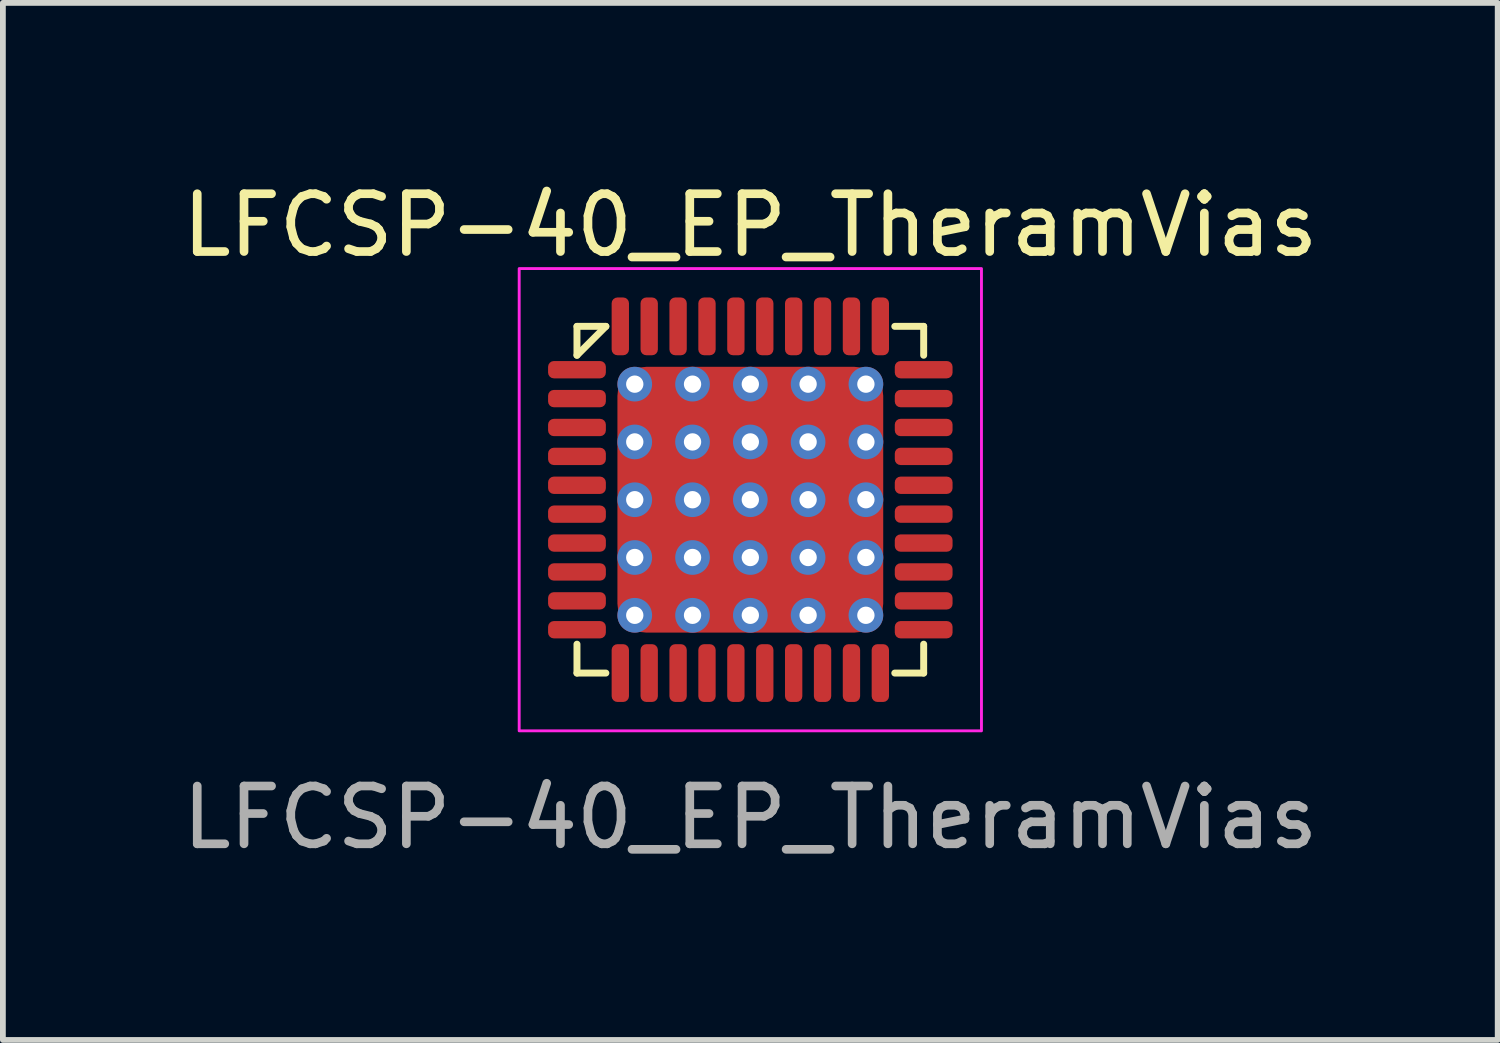
<source format=kicad_pcb>
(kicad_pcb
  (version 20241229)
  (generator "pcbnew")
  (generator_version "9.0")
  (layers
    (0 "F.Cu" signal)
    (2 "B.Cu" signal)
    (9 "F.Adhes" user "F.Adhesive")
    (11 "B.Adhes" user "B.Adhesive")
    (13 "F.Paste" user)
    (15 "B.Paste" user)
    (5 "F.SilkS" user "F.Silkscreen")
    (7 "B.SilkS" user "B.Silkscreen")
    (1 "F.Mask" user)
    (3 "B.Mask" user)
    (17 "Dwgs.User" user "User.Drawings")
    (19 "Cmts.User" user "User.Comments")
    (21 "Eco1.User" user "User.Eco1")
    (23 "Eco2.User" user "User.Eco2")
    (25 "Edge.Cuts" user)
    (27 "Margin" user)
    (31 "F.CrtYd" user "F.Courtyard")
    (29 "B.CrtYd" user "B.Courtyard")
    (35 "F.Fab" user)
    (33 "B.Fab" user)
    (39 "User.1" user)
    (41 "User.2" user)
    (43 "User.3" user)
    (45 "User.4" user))
  (footprint "LFCSP-40_EP_TheramVias"
    (layer "F.Cu")
    (at 9.935 5.598)
    (property "Reference" "LFCSP-40_EP_TheramVias" (at 0 -4.75 0) (unlocked yes) (layer "F.SilkS") (effects (font (size 1 1) (thickness 0.15))))
    (attr smd)
    (fp_line (start -3 -3) (end -2.5 -3) (stroke (width 0.12) (type solid)) (layer "F.SilkS"))
    (fp_line (start -3 -2.5) (end -3 -3) (stroke (width 0.12) (type solid)) (layer "F.SilkS"))
    (fp_line (start -3 2.5) (end -3 3) (stroke (width 0.12) (type solid)) (layer "F.SilkS"))
    (fp_line (start -3 3) (end -2.5 3) (stroke (width 0.12) (type solid)) (layer "F.SilkS"))
    (fp_line (start -2.5 -3) (end -3 -2.5) (stroke (width 0.12) (type solid)) (layer "F.SilkS"))
    (fp_line (start 2.5 -3) (end 3 -3) (stroke (width 0.12) (type solid)) (layer "F.SilkS"))
    (fp_line (start 2.5 3) (end 3 3) (stroke (width 0.12) (type solid)) (layer "F.SilkS"))
    (fp_line (start 3 -3) (end 3 -2.5) (stroke (width 0.12) (type solid)) (layer "F.SilkS"))
    (fp_line (start 3 3) (end 3 2.5) (stroke (width 0.12) (type solid)) (layer "F.SilkS"))
    (fp_rect (start -4 -4) (end 4 4) (stroke (width 0.05) (type solid)) (fill no) (layer "F.CrtYd"))
    (fp_text user "${REFERENCE}" (at 0 5.5 0) (unlocked yes) (layer "F.Fab") (effects (font (size 1 1) (thickness 0.15))))
    (pad "1" smd roundrect (at -3 -2.25) (size 1 0.3) (layers "F.Cu" "F.Mask" "F.Paste") (roundrect_rratio 0.333))
    (pad "2" smd roundrect (at -3 -1.75) (size 1 0.3) (layers "F.Cu" "F.Mask" "F.Paste") (roundrect_rratio 0.333))
    (pad "3" smd roundrect (at -3 -1.25) (size 1 0.3) (layers "F.Cu" "F.Mask" "F.Paste") (roundrect_rratio 0.333))
    (pad "4" smd roundrect (at -3 -0.75) (size 1 0.3) (layers "F.Cu" "F.Mask" "F.Paste") (roundrect_rratio 0.333))
    (pad "5" smd roundrect (at -3 -0.25) (size 1 0.3) (layers "F.Cu" "F.Mask" "F.Paste") (roundrect_rratio 0.333))
    (pad "6" smd roundrect (at -3 0.25) (size 1 0.3) (layers "F.Cu" "F.Mask" "F.Paste") (roundrect_rratio 0.333))
    (pad "7" smd roundrect (at -3 0.75) (size 1 0.3) (layers "F.Cu" "F.Mask" "F.Paste") (roundrect_rratio 0.333))
    (pad "8" smd roundrect (at -3 1.25) (size 1 0.3) (layers "F.Cu" "F.Mask" "F.Paste") (roundrect_rratio 0.333))
    (pad "9" smd roundrect (at -3 1.75) (size 1 0.3) (layers "F.Cu" "F.Mask" "F.Paste") (roundrect_rratio 0.333))
    (pad "10" smd roundrect (at -3 2.25) (size 1 0.3) (layers "F.Cu" "F.Mask" "F.Paste") (roundrect_rratio 0.333))
    (pad "11" smd roundrect (at -2.25 3 90) (size 1 0.3) (layers "F.Cu" "F.Mask" "F.Paste") (roundrect_rratio 0.333))
    (pad "12" smd roundrect (at -1.75 3 90) (size 1 0.3) (layers "F.Cu" "F.Mask" "F.Paste") (roundrect_rratio 0.333))
    (pad "13" smd roundrect (at -1.25 3 90) (size 1 0.3) (layers "F.Cu" "F.Mask" "F.Paste") (roundrect_rratio 0.333))
    (pad "14" smd roundrect (at -0.75 3 90) (size 1 0.3) (layers "F.Cu" "F.Mask" "F.Paste") (roundrect_rratio 0.333))
    (pad "15" smd roundrect (at -0.25 3 90) (size 1 0.3) (layers "F.Cu" "F.Mask" "F.Paste") (roundrect_rratio 0.333))
    (pad "16" smd roundrect (at 0.25 3 90) (size 1 0.3) (layers "F.Cu" "F.Mask" "F.Paste") (roundrect_rratio 0.333))
    (pad "17" smd roundrect (at 0.75 3 90) (size 1 0.3) (layers "F.Cu" "F.Mask" "F.Paste") (roundrect_rratio 0.333))
    (pad "18" smd roundrect (at 1.25 3 90) (size 1 0.3) (layers "F.Cu" "F.Mask" "F.Paste") (roundrect_rratio 0.333))
    (pad "19" smd roundrect (at 1.75 3 90) (size 1 0.3) (layers "F.Cu" "F.Mask" "F.Paste") (roundrect_rratio 0.333))
    (pad "20" smd roundrect (at 2.25 3 90) (size 1 0.3) (layers "F.Cu" "F.Mask" "F.Paste") (roundrect_rratio 0.333))
    (pad "21" smd roundrect (at 3 2.25 180) (size 1 0.3) (layers "F.Cu" "F.Mask" "F.Paste") (roundrect_rratio 0.333))
    (pad "22" smd roundrect (at 3 1.75 180) (size 1 0.3) (layers "F.Cu" "F.Mask" "F.Paste") (roundrect_rratio 0.333))
    (pad "23" smd roundrect (at 3 1.25 180) (size 1 0.3) (layers "F.Cu" "F.Mask" "F.Paste") (roundrect_rratio 0.333))
    (pad "24" smd roundrect (at 3 0.75 180) (size 1 0.3) (layers "F.Cu" "F.Mask" "F.Paste") (roundrect_rratio 0.333))
    (pad "25" smd roundrect (at 3 0.25 180) (size 1 0.3) (layers "F.Cu" "F.Mask" "F.Paste") (roundrect_rratio 0.333))
    (pad "26" smd roundrect (at 3 -0.25 180) (size 1 0.3) (layers "F.Cu" "F.Mask" "F.Paste") (roundrect_rratio 0.333))
    (pad "27" smd roundrect (at 3 -0.75 180) (size 1 0.3) (layers "F.Cu" "F.Mask" "F.Paste") (roundrect_rratio 0.333))
    (pad "28" smd roundrect (at 3 -1.25 180) (size 1 0.3) (layers "F.Cu" "F.Mask" "F.Paste") (roundrect_rratio 0.333))
    (pad "29" smd roundrect (at 3 -1.75 180) (size 1 0.3) (layers "F.Cu" "F.Mask" "F.Paste") (roundrect_rratio 0.333))
    (pad "30" smd roundrect (at 3 -2.25 180) (size 1 0.3) (layers "F.Cu" "F.Mask" "F.Paste") (roundrect_rratio 0.333))
    (pad "31" smd roundrect (at 2.25 -3 270) (size 1 0.3) (layers "F.Cu" "F.Mask" "F.Paste") (roundrect_rratio 0.333))
    (pad "32" smd roundrect (at 1.75 -3 270) (size 1 0.3) (layers "F.Cu" "F.Mask" "F.Paste") (roundrect_rratio 0.333))
    (pad "33" smd roundrect (at 1.25 -3 270) (size 1 0.3) (layers "F.Cu" "F.Mask" "F.Paste") (roundrect_rratio 0.333))
    (pad "34" smd roundrect (at 0.75 -3 270) (size 1 0.3) (layers "F.Cu" "F.Mask" "F.Paste") (roundrect_rratio 0.333))
    (pad "35" smd roundrect (at 0.25 -3 270) (size 1 0.3) (layers "F.Cu" "F.Mask" "F.Paste") (roundrect_rratio 0.333))
    (pad "36" smd roundrect (at -0.25 -3 270) (size 1 0.3) (layers "F.Cu" "F.Mask" "F.Paste") (roundrect_rratio 0.333))
    (pad "37" smd roundrect (at -0.75 -3 270) (size 1 0.3) (layers "F.Cu" "F.Mask" "F.Paste") (roundrect_rratio 0.333))
    (pad "38" smd roundrect (at -1.25 -3 270) (size 1 0.3) (layers "F.Cu" "F.Mask" "F.Paste") (roundrect_rratio 0.333))
    (pad "39" smd roundrect (at -1.75 -3 270) (size 1 0.3) (layers "F.Cu" "F.Mask" "F.Paste") (roundrect_rratio 0.333))
    (pad "40" smd roundrect (at -2.25 -3 270) (size 1 0.3) (layers "F.Cu" "F.Mask" "F.Paste") (roundrect_rratio 0.333))
    (pad "41" thru_hole circle (at -2 -2 270) (size 0.6 0.6) (drill 0.3) (layers "*.Cu" "*.Mask"))
    (pad "41" thru_hole circle (at -2 -1 270) (size 0.6 0.6) (drill 0.3) (layers "*.Cu" "*.Mask"))
    (pad "41" thru_hole circle (at -2 0 270) (size 0.6 0.6) (drill 0.3) (layers "*.Cu" "*.Mask"))
    (pad "41" thru_hole circle (at -2 1 270) (size 0.6 0.6) (drill 0.3) (layers "*.Cu" "*.Mask"))
    (pad "41" thru_hole circle (at -2 2 270) (size 0.6 0.6) (drill 0.3) (layers "*.Cu" "*.Mask"))
    (pad "41" smd roundrect (at -1.1 -1.1 270) (size 1.8 1.8) (layers "F.Cu" "F.Mask" "F.Paste") (roundrect_rratio 0.109))
    (pad "41" smd roundrect (at -1.1 1.1 270) (size 1.8 1.8) (layers "F.Cu" "F.Mask" "F.Paste") (roundrect_rratio 0.109))
    (pad "41" thru_hole circle (at -1 -2 270) (size 0.6 0.6) (drill 0.3) (layers "*.Cu" "*.Mask"))
    (pad "41" thru_hole circle (at -1 -1 270) (size 0.6 0.6) (drill 0.3) (layers "*.Cu" "*.Mask"))
    (pad "41" thru_hole circle (at -1 0 270) (size 0.6 0.6) (drill 0.3) (layers "*.Cu" "*.Mask"))
    (pad "41" thru_hole circle (at -1 1 270) (size 0.6 0.6) (drill 0.3) (layers "*.Cu" "*.Mask"))
    (pad "41" thru_hole circle (at -1 2 270) (size 0.6 0.6) (drill 0.3) (layers "*.Cu" "*.Mask"))
    (pad "41" thru_hole circle (at 0 -2 270) (size 0.6 0.6) (drill 0.3) (layers "*.Cu" "*.Mask"))
    (pad "41" thru_hole circle (at 0 -1 270) (size 0.6 0.6) (drill 0.3) (layers "*.Cu" "*.Mask"))
    (pad "41" thru_hole circle (at 0 0 270) (size 0.6 0.6) (drill 0.3) (layers "*.Cu" "*.Mask"))
    (pad "41" smd roundrect (at 0 0 270) (size 4.6 4.6) (layers "F.Cu" "F.Mask") (roundrect_rratio 0.109))
    (pad "41" thru_hole circle (at 0 1 270) (size 0.6 0.6) (drill 0.3) (layers "*.Cu" "*.Mask"))
    (pad "41" thru_hole circle (at 0 2 270) (size 0.6 0.6) (drill 0.3) (layers "*.Cu" "*.Mask"))
    (pad "41" thru_hole circle (at 1 -2 270) (size 0.6 0.6) (drill 0.3) (layers "*.Cu" "*.Mask"))
    (pad "41" thru_hole circle (at 1 -1 270) (size 0.6 0.6) (drill 0.3) (layers "*.Cu" "*.Mask"))
    (pad "41" thru_hole circle (at 1 0 270) (size 0.6 0.6) (drill 0.3) (layers "*.Cu" "*.Mask"))
    (pad "41" thru_hole circle (at 1 1 270) (size 0.6 0.6) (drill 0.3) (layers "*.Cu" "*.Mask"))
    (pad "41" thru_hole circle (at 1 2 270) (size 0.6 0.6) (drill 0.3) (layers "*.Cu" "*.Mask"))
    (pad "41" smd roundrect (at 1.1 -1.1 270) (size 1.8 1.8) (layers "F.Cu" "F.Mask" "F.Paste") (roundrect_rratio 0.109))
    (pad "41" smd roundrect (at 1.1 1.1 270) (size 1.8 1.8) (layers "F.Cu" "F.Mask" "F.Paste") (roundrect_rratio 0.109))
    (pad "41" thru_hole circle (at 2 -2 270) (size 0.6 0.6) (drill 0.3) (layers "*.Cu" "*.Mask"))
    (pad "41" thru_hole circle (at 2 -1 270) (size 0.6 0.6) (drill 0.3) (layers "*.Cu" "*.Mask"))
    (pad "41" thru_hole circle (at 2 0 270) (size 0.6 0.6) (drill 0.3) (layers "*.Cu" "*.Mask"))
    (pad "41" thru_hole circle (at 2 1 270) (size 0.6 0.6) (drill 0.3) (layers "*.Cu" "*.Mask"))
    (pad "41" thru_hole circle (at 2 2 270) (size 0.6 0.6) (drill 0.3) (layers "*.Cu" "*.Mask")))
  (gr_rect
    (start -3 -3)
    (end 22.869 14.947)
    (stroke (width 0.1) (type default))
    (fill no)
    (layer "Edge.Cuts")))
</source>
